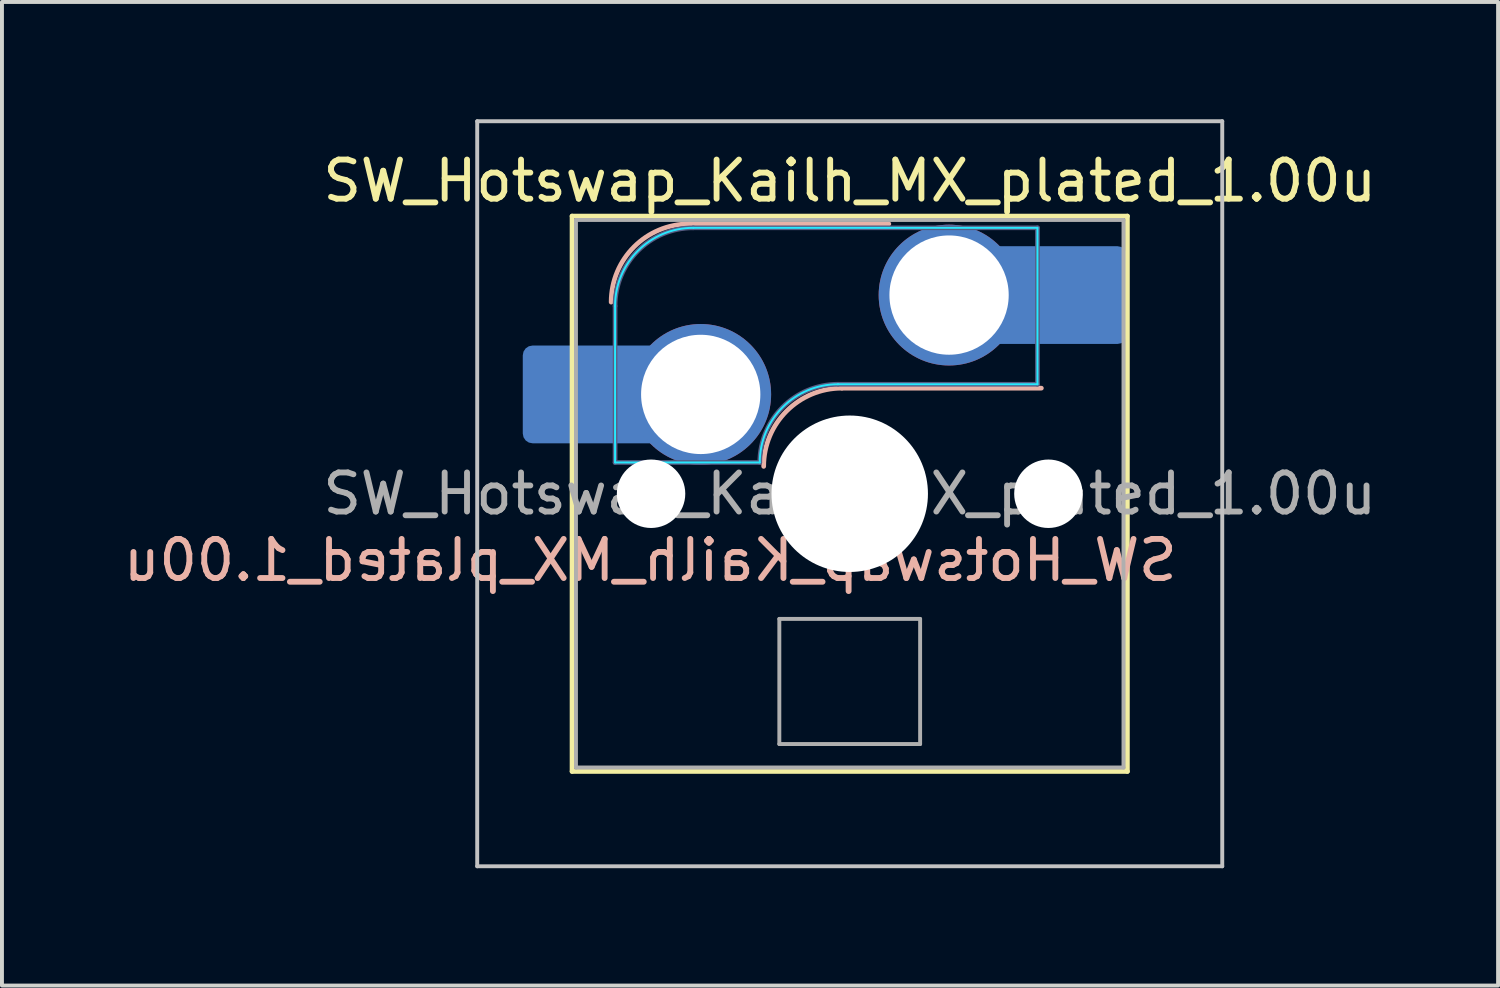
<source format=kicad_pcb>
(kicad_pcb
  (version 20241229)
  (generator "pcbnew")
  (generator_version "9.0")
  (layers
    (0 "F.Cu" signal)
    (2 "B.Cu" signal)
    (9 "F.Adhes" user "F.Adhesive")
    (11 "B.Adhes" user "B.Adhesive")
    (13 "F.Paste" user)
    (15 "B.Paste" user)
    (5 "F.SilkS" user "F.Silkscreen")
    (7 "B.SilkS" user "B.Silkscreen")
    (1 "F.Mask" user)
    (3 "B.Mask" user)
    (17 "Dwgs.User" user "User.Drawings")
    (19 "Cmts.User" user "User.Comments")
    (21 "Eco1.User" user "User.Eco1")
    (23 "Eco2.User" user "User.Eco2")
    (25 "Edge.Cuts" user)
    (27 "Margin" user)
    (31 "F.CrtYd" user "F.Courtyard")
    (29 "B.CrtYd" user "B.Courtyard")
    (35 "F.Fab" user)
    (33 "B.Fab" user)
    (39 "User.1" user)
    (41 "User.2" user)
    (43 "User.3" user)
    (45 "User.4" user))
  (footprint "SW_Hotswap_Kailh_MX_plated_1.00u"
    (layer "F.Cu")
    (at 18.677 9.575)
    (property "Reference" "SW_Hotswap_Kailh_MX_plated_1.00u" (at 0 -8 0) (layer "F.SilkS") (effects (font (size 1 1) (thickness 0.15))))
    (attr smd)
    (fp_line (start -7.1 -7.1) (end -7.1 7.1) (stroke (width 0.12) (type solid)) (layer "F.SilkS"))
    (fp_line (start -7.1 7.1) (end 7.1 7.1) (stroke (width 0.12) (type solid)) (layer "F.SilkS"))
    (fp_line (start 7.1 -7.1) (end -7.1 -7.1) (stroke (width 0.12) (type solid)) (layer "F.SilkS"))
    (fp_line (start 7.1 7.1) (end 7.1 -7.1) (stroke (width 0.12) (type solid)) (layer "F.SilkS"))
    (fp_line (start -4.1 -6.9) (end 1 -6.9) (stroke (width 0.12) (type solid)) (layer "B.SilkS"))
    (fp_line (start -0.2 -2.7) (end 4.9 -2.7) (stroke (width 0.12) (type solid)) (layer "B.SilkS"))
    (fp_arc (start -6.1 -4.9) (mid -5.514214 -6.314214) (end -4.1 -6.9) (stroke (width 0.12) (type solid)) (layer "B.SilkS"))
    (fp_arc (start -2.2 -0.7) (mid -1.614214 -2.114214) (end -0.2 -2.7) (stroke (width 0.12) (type solid)) (layer "B.SilkS"))
    (fp_line (start -9.525 -9.525) (end -9.525 9.525) (stroke (width 0.1) (type solid)) (layer "Dwgs.User"))
    (fp_line (start -9.525 9.525) (end 9.525 9.525) (stroke (width 0.1) (type solid)) (layer "Dwgs.User"))
    (fp_line (start 9.525 -9.525) (end -9.525 -9.525) (stroke (width 0.1) (type solid)) (layer "Dwgs.User"))
    (fp_line (start 9.525 9.525) (end 9.525 -9.525) (stroke (width 0.1) (type solid)) (layer "Dwgs.User"))
    (fp_line (start -7.8 -6) (end -7 -6) (stroke (width 0.1) (type solid)) (layer "Eco1.User"))
    (fp_line (start -7.8 -2.9) (end -7.8 -6) (stroke (width 0.1) (type solid)) (layer "Eco1.User"))
    (fp_line (start -7.8 2.9) (end -7 2.9) (stroke (width 0.1) (type solid)) (layer "Eco1.User"))
    (fp_line (start -7.8 6) (end -7.8 2.9) (stroke (width 0.1) (type solid)) (layer "Eco1.User"))
    (fp_line (start -7 -7) (end 7 -7) (stroke (width 0.1) (type solid)) (layer "Eco1.User"))
    (fp_line (start -7 -6) (end -7 -7) (stroke (width 0.1) (type solid)) (layer "Eco1.User"))
    (fp_line (start -7 -2.9) (end -7.8 -2.9) (stroke (width 0.1) (type solid)) (layer "Eco1.User"))
    (fp_line (start -7 2.9) (end -7 -2.9) (stroke (width 0.1) (type solid)) (layer "Eco1.User"))
    (fp_line (start -7 6) (end -7.8 6) (stroke (width 0.1) (type solid)) (layer "Eco1.User"))
    (fp_line (start -7 7) (end -7 6) (stroke (width 0.1) (type solid)) (layer "Eco1.User"))
    (fp_line (start 7 -7) (end 7 -6) (stroke (width 0.1) (type solid)) (layer "Eco1.User"))
    (fp_line (start 7 -6) (end 7.8 -6) (stroke (width 0.1) (type solid)) (layer "Eco1.User"))
    (fp_line (start 7 -2.9) (end 7 2.9) (stroke (width 0.1) (type solid)) (layer "Eco1.User"))
    (fp_line (start 7 2.9) (end 7.8 2.9) (stroke (width 0.1) (type solid)) (layer "Eco1.User"))
    (fp_line (start 7 6) (end 7 7) (stroke (width 0.1) (type solid)) (layer "Eco1.User"))
    (fp_line (start 7 7) (end -7 7) (stroke (width 0.1) (type solid)) (layer "Eco1.User"))
    (fp_line (start 7.8 -6) (end 7.8 -2.9) (stroke (width 0.1) (type solid)) (layer "Eco1.User"))
    (fp_line (start 7.8 -2.9) (end 7 -2.9) (stroke (width 0.1) (type solid)) (layer "Eco1.User"))
    (fp_line (start 7.8 2.9) (end 7.8 6) (stroke (width 0.1) (type solid)) (layer "Eco1.User"))
    (fp_line (start 7.8 6) (end 7 6) (stroke (width 0.1) (type solid)) (layer "Eco1.User"))
    (fp_line (start -6 -0.8) (end -6 -4.8) (stroke (width 0.05) (type solid)) (layer "B.CrtYd"))
    (fp_line (start -6 -0.8) (end -2.3 -0.8) (stroke (width 0.05) (type solid)) (layer "B.CrtYd"))
    (fp_line (start -4 -6.8) (end 4.8 -6.8) (stroke (width 0.05) (type solid)) (layer "B.CrtYd"))
    (fp_line (start -0.3 -2.8) (end 4.8 -2.8) (stroke (width 0.05) (type solid)) (layer "B.CrtYd"))
    (fp_line (start 4.8 -6.8) (end 4.8 -2.8) (stroke (width 0.05) (type solid)) (layer "B.CrtYd"))
    (fp_arc (start -6 -4.8) (mid -5.414214 -6.214214) (end -4 -6.8) (stroke (width 0.05) (type solid)) (layer "B.CrtYd"))
    (fp_arc (start -2.3 -0.8) (mid -1.714214 -2.214214) (end -0.3 -2.8) (stroke (width 0.05) (type solid)) (layer "B.CrtYd"))
    (fp_line (start -6 -0.8) (end -6 -4.8) (stroke (width 0.12) (type solid)) (layer "B.Fab"))
    (fp_line (start -6 -0.8) (end -2.3 -0.8) (stroke (width 0.12) (type solid)) (layer "B.Fab"))
    (fp_line (start -4 -6.8) (end 4.8 -6.8) (stroke (width 0.12) (type solid)) (layer "B.Fab"))
    (fp_line (start -0.3 -2.8) (end 4.8 -2.8) (stroke (width 0.12) (type solid)) (layer "B.Fab"))
    (fp_line (start 4.8 -6.8) (end 4.8 -2.8) (stroke (width 0.12) (type solid)) (layer "B.Fab"))
    (fp_arc (start -6 -4.8) (mid -5.414214 -6.214214) (end -4 -6.8) (stroke (width 0.12) (type solid)) (layer "B.Fab"))
    (fp_arc (start -2.3 -0.8) (mid -1.714214 -2.214214) (end -0.3 -2.8) (stroke (width 0.12) (type solid)) (layer "B.Fab"))
    (fp_line (start -7 -7) (end -7 7) (stroke (width 0.1) (type solid)) (layer "F.Fab"))
    (fp_line (start -7 7) (end 7 7) (stroke (width 0.1) (type solid)) (layer "F.Fab"))
    (fp_line (start -1.8 3.2) (end -1.8 6.4) (stroke (width 0.1) (type default)) (layer "F.Fab"))
    (fp_line (start -1.8 6.4) (end 1.8 6.4) (stroke (width 0.1) (type default)) (layer "F.Fab"))
    (fp_line (start 1.8 3.2) (end -1.8 3.2) (stroke (width 0.1) (type default)) (layer "F.Fab"))
    (fp_line (start 1.8 6.4) (end 1.8 3.2) (stroke (width 0.1) (type default)) (layer "F.Fab"))
    (fp_line (start 7 -7) (end -7 -7) (stroke (width 0.1) (type solid)) (layer "F.Fab"))
    (fp_line (start 7 7) (end 7 -7) (stroke (width 0.1) (type solid)) (layer "F.Fab"))
    (fp_text user "${REFERENCE}" (at -5.1 1.7 0) (layer "B.SilkS") (effects (font (size 1 1) (thickness 0.15)) (justify mirror)))
    (fp_text user "${REFERENCE}" (at 0 0 0) (layer "F.Fab") (effects (font (size 1 1) (thickness 0.15))))
    (pad "" smd roundrect (at -7.085 -2.54) (size 2.55 2.5) (layers "B.Mask" "B.Paste") (roundrect_rratio 0.1))
    (pad "" np_thru_hole circle (at -5.08 0) (size 1.75 1.75) (drill 1.75) (layers "*.Cu" "*.Mask"))
    (pad "" smd circle (at -3.81 -2.54) (size 3.1 3.1) (layers "F.Mask"))
    (pad "" np_thru_hole circle (at 0 0) (size 4 4) (drill 4) (layers "*.Cu" "*.Mask"))
    (pad "" smd circle (at 2.54 -5.08) (size 3.1 3.1) (layers "F.Mask"))
    (pad "" np_thru_hole circle (at 5.08 0) (size 1.75 1.75) (drill 1.75) (layers "*.Cu" "*.Mask"))
    (pad "" smd roundrect (at 5.842 -5.08) (size 2.55 2.5) (layers "B.Mask" "B.Paste") (roundrect_rratio 0.1))
    (pad "1" smd roundrect (at -6.585 -2.54) (size 3.55 2.5) (layers "B.Cu") (roundrect_rratio 0.1))
    (pad "1" thru_hole circle (at -3.81 -2.54) (size 3.6 3.6) (drill 3.05) (layers "*.Cu" "B.Mask"))
    (pad "2" thru_hole circle (at 2.54 -5.08) (size 3.6 3.6) (drill 3.05) (layers "*.Cu" "B.Mask"))
    (pad "2" smd roundrect (at 5.32 -5.08) (size 3.55 2.5) (layers "B.Cu") (roundrect_rratio 0.1)))
  (gr_rect
    (start -3 -3)
    (end 35.255 22.15)
    (stroke (width 0.1) (type default))
    (fill no)
    (layer "Edge.Cuts")))
</source>
